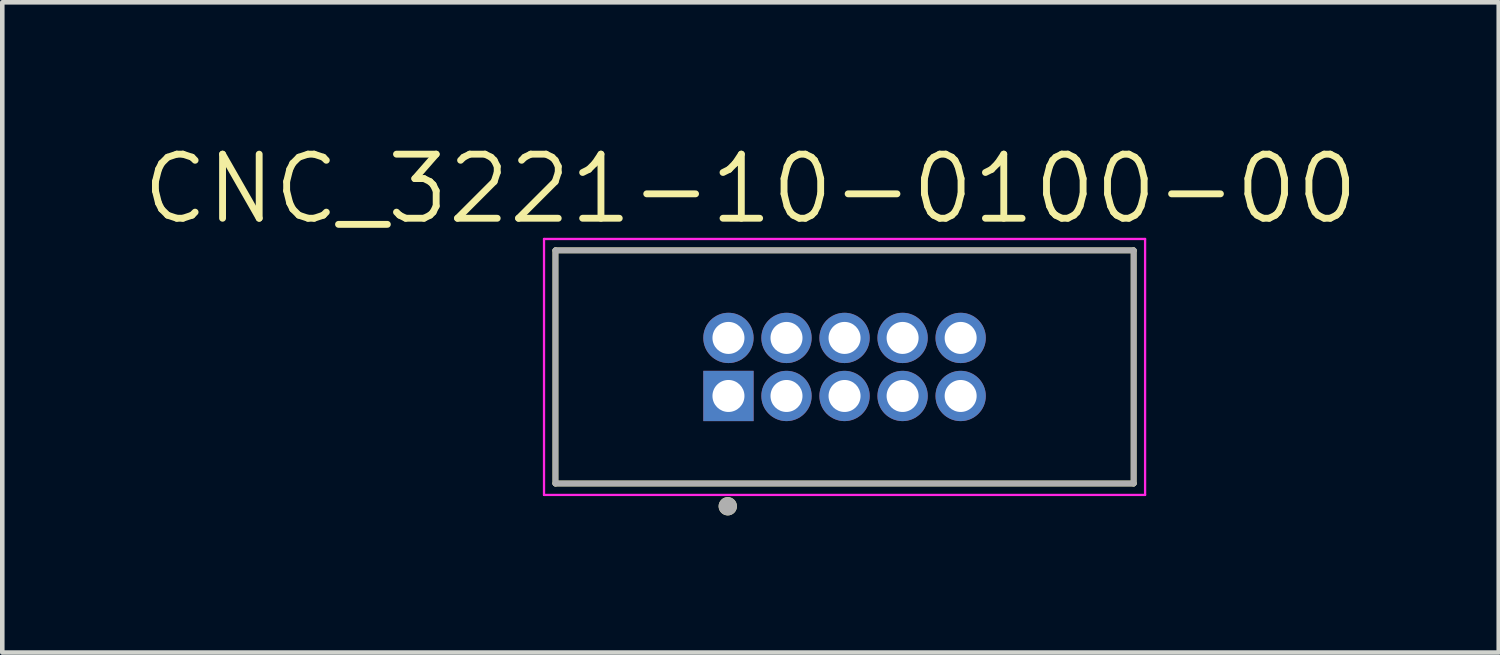
<source format=kicad_pcb>
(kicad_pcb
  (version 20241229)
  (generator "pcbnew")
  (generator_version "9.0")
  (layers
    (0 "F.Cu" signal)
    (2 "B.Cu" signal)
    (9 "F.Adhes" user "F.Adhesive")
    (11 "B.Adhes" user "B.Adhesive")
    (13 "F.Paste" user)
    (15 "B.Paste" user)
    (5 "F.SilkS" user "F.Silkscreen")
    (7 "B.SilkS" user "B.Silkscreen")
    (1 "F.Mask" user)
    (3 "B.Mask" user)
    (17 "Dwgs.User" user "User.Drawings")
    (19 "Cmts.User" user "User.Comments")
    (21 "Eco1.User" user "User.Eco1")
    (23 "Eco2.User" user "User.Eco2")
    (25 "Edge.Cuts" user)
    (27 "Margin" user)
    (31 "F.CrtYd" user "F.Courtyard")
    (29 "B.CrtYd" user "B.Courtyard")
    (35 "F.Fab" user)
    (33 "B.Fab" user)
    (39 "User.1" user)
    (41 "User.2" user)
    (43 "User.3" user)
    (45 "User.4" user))
  (footprint "CNC_3221-10-0100-00"
    (layer "F.Cu")
    (at 15.427 4.978)
    (property "Reference" "CNC_3221-10-0100-00" (at -2.058 -3.894 0) (layer "F.SilkS") (effects (font (size 1.402 1.402) (thickness 0.15))))
    (attr through_hole)
    (fp_line (start -6.325 -2.55) (end 6.325 -2.55) (stroke (width 0.127) (type solid)) (layer "F.SilkS"))
    (fp_line (start -6.325 2.55) (end -6.325 -2.55) (stroke (width 0.127) (type solid)) (layer "F.SilkS"))
    (fp_line (start 6.325 -2.55) (end 6.325 2.55) (stroke (width 0.127) (type solid)) (layer "F.SilkS"))
    (fp_line (start 6.325 2.55) (end -6.325 2.55) (stroke (width 0.127) (type solid)) (layer "F.SilkS"))
    (fp_circle (center -2.555 3.048) (end -2.455 3.048) (stroke (width 0.2) (type solid)) (fill no) (layer "F.SilkS"))
    (fp_line (start -6.575 -2.8) (end 6.575 -2.8) (stroke (width 0.05) (type solid)) (layer "F.CrtYd"))
    (fp_line (start -6.575 2.8) (end -6.575 -2.8) (stroke (width 0.05) (type solid)) (layer "F.CrtYd"))
    (fp_line (start 6.575 -2.8) (end 6.575 2.8) (stroke (width 0.05) (type solid)) (layer "F.CrtYd"))
    (fp_line (start 6.575 2.8) (end -6.575 2.8) (stroke (width 0.05) (type solid)) (layer "F.CrtYd"))
    (fp_line (start -6.325 -2.55) (end 6.325 -2.55) (stroke (width 0.127) (type solid)) (layer "F.Fab"))
    (fp_line (start -6.325 2.55) (end -6.325 -2.55) (stroke (width 0.127) (type solid)) (layer "F.Fab"))
    (fp_line (start 6.325 -2.55) (end 6.325 2.55) (stroke (width 0.127) (type solid)) (layer "F.Fab"))
    (fp_line (start 6.325 2.55) (end -6.325 2.55) (stroke (width 0.127) (type solid)) (layer "F.Fab"))
    (fp_circle (center -2.555 3.048) (end -2.455 3.048) (stroke (width 0.2) (type solid)) (fill no) (layer "F.Fab"))
    (pad "1" thru_hole rect (at -2.54 0.635) (size 1.1 1.1) (drill 0.7) (layers "*.Cu" "*.Mask"))
    (pad "2" thru_hole circle (at -2.54 -0.635) (size 1.1 1.1) (drill 0.7) (layers "*.Cu" "*.Mask"))
    (pad "3" thru_hole circle (at -1.27 0.635) (size 1.1 1.1) (drill 0.7) (layers "*.Cu" "*.Mask"))
    (pad "4" thru_hole circle (at -1.27 -0.635) (size 1.1 1.1) (drill 0.7) (layers "*.Cu" "*.Mask"))
    (pad "5" thru_hole circle (at 0 0.635) (size 1.1 1.1) (drill 0.7) (layers "*.Cu" "*.Mask"))
    (pad "6" thru_hole circle (at 0 -0.635) (size 1.1 1.1) (drill 0.7) (layers "*.Cu" "*.Mask"))
    (pad "7" thru_hole circle (at 1.27 0.635) (size 1.1 1.1) (drill 0.7) (layers "*.Cu" "*.Mask"))
    (pad "8" thru_hole circle (at 1.27 -0.635) (size 1.1 1.1) (drill 0.7) (layers "*.Cu" "*.Mask"))
    (pad "9" thru_hole circle (at 2.54 0.635) (size 1.1 1.1) (drill 0.7) (layers "*.Cu" "*.Mask"))
    (pad "10" thru_hole circle (at 2.54 -0.635) (size 1.1 1.1) (drill 0.7) (layers "*.Cu" "*.Mask")))
  (gr_rect
    (start -3 -3)
    (end 29.739 11.226)
    (stroke (width 0.1) (type default))
    (fill no)
    (layer "Edge.Cuts")))
</source>
